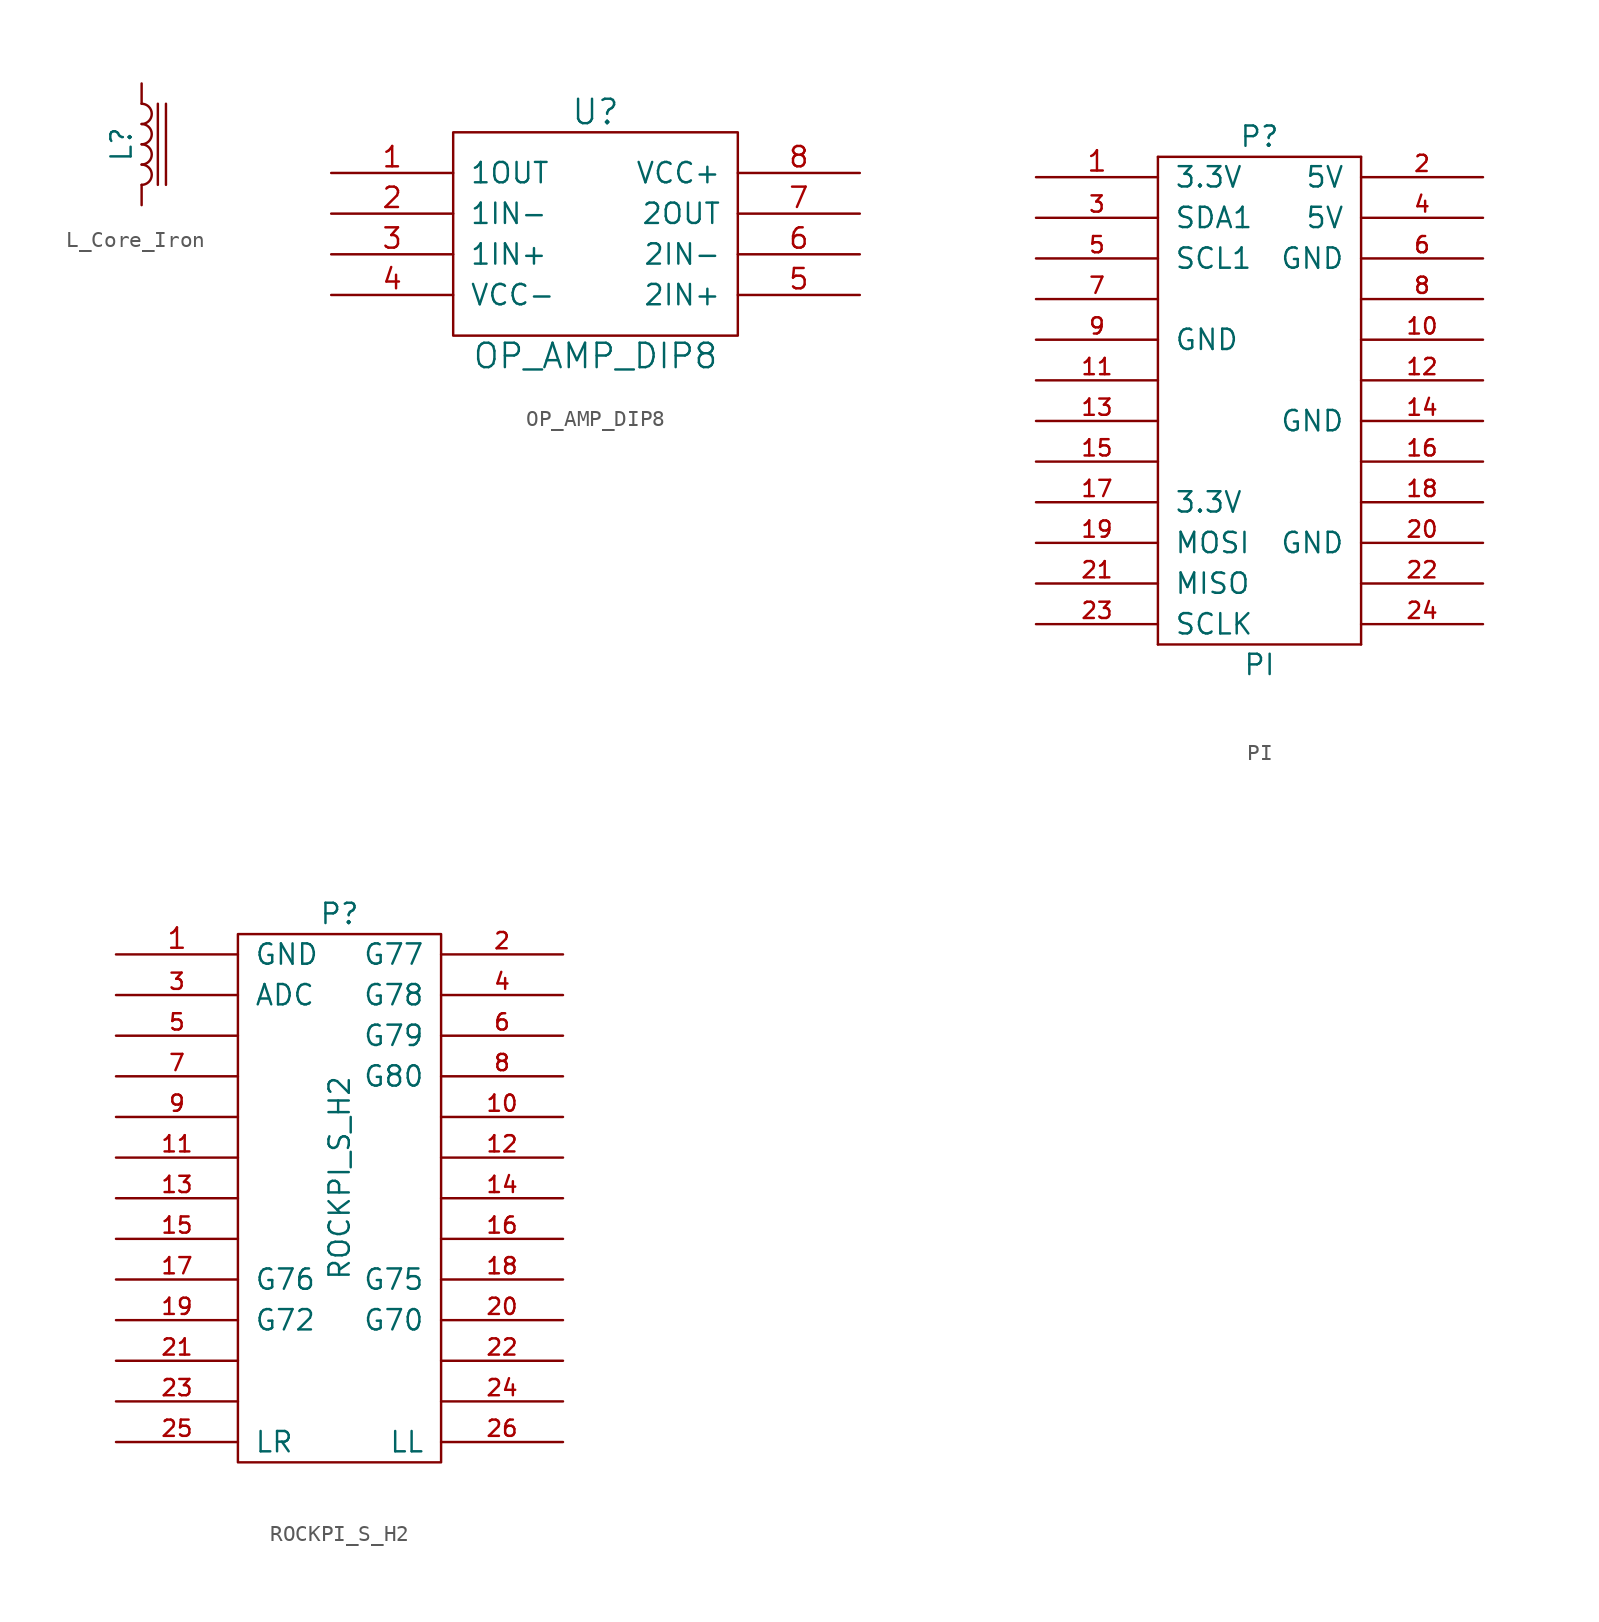
<source format=kicad_sym>
(kicad_symbol_lib
  (version 20211014)
  (generator kicad_symbol_editor)
  (symbol "L_Core_Iron"
    (pin_numbers hide)
    (pin_names
      (offset 1.016) hide)
    (property "Reference" "L"
      (at -1.27 0 90)
      (effects (font (size 1.27 1.27))))
    (symbol "L_Core_Iron_0_1"
      (arc (start 0 -2.54) (mid 0.635 -1.905) (end 0 -1.27) (stroke (width 0) (type default) (color 0 0 0 0)) (fill (type none)))
      (arc (start 0 -1.27) (mid 0.635 -0.635) (end 0 0) (stroke (width 0) (type default) (color 0 0 0 0)) (fill (type none)))
      (polyline (pts (xy 1.016 2.54) (xy 1.016 -2.54)) (stroke (width 0) (type default) (color 0 0 0 0)) (fill (type none)))
      (polyline (pts (xy 1.524 -2.54) (xy 1.524 2.54)) (stroke (width 0) (type default) (color 0 0 0 0)) (fill (type none)))
      (arc (start 0 0) (mid 0.635 0.635) (end 0 1.27) (stroke (width 0) (type default) (color 0 0 0 0)) (fill (type none)))
      (arc (start 0 1.27) (mid 0.635 1.905) (end 0 2.54) (stroke (width 0) (type default) (color 0 0 0 0)) (fill (type none))))
    (symbol "L_Core_Iron_1_1"
      (pin passive line (at 0 3.81 270) (length 1.27) (name "1" (effects (font (size 1.27 1.27)))) (number "1" (effects (font (size 1.27 1.27)))))
      (pin passive line (at 0 -3.81 90) (length 1.27) (name "2" (effects (font (size 1.27 1.27)))) (number "2" (effects (font (size 1.27 1.27)))))))
  (symbol "OP_AMP_DIP8"
    (pin_names
      (offset 1.016))
    (property "Reference" "U"
      (at 0 7.62 0)
      (effects (font (size 1.524 1.524))))
    (property "Value" "OP_AMP_DIP8"
      (at 0 -7.62 0)
      (effects (font (size 1.524 1.524))))
    (property "Footprint" ""
      (at 0 0 0)
      (effects (font (size 1.524 1.524))))
    (property "Datasheet" ""
      (at 0 0 0)
      (effects (font (size 1.524 1.524))))
    (symbol "OP_AMP_DIP8_0_1"
      (rectangle (start -8.89 6.35) (end 8.89 -6.35) (stroke (width 0) (type default) (color 0 0 0 0)) (fill (type none))))
    (symbol "OP_AMP_DIP8_1_1"
      (pin input line (at -16.51 3.81 0) (length 7.62) (name "1OUT" (effects (font (size 1.27 1.27)))) (number "1" (effects (font (size 1.27 1.27)))))
      (pin bidirectional line (at -16.51 1.27 0) (length 7.62) (name "1IN-" (effects (font (size 1.27 1.27)))) (number "2" (effects (font (size 1.27 1.27)))))
      (pin bidirectional line (at -16.51 -1.27 0) (length 7.62) (name "1IN+" (effects (font (size 1.27 1.27)))) (number "3" (effects (font (size 1.27 1.27)))))
      (pin input line (at -16.51 -3.81 0) (length 7.62) (name "VCC-" (effects (font (size 1.27 1.27)))) (number "4" (effects (font (size 1.27 1.27)))))
      (pin bidirectional line (at 16.51 -3.81 180) (length 7.62) (name "2IN+" (effects (font (size 1.27 1.27)))) (number "5" (effects (font (size 1.27 1.27)))))
      (pin bidirectional line (at 16.51 -1.27 180) (length 7.62) (name "2IN-" (effects (font (size 1.27 1.27)))) (number "6" (effects (font (size 1.27 1.27)))))
      (pin bidirectional line (at 16.51 1.27 180) (length 7.62) (name "2OUT" (effects (font (size 1.27 1.27)))) (number "7" (effects (font (size 1.27 1.27)))))
      (pin input line (at 16.51 3.81 180) (length 7.62) (name "VCC+" (effects (font (size 1.27 1.27)))) (number "8" (effects (font (size 1.27 1.27)))))))
  (symbol "PI"
    (pin_names
      (offset 1.016))
    (property "Reference" "P"
      (at 0 17.78 0)
      (effects (font (size 1.27 1.27))))
    (property "Value" "PI"
      (at 0 -15.24 0)
      (effects (font (size 1.27 1.27))))
    (symbol "PI_0_1"
      (rectangle (start -6.35 -13.97) (end -6.35 16.51) (stroke (width 0) (type default) (color 0 0 0 0)) (fill (type none)))
      (rectangle (start -6.35 16.51) (end 6.35 16.51) (stroke (width 0) (type default) (color 0 0 0 0)) (fill (type none)))
      (rectangle (start 6.35 -13.97) (end -6.35 -13.97) (stroke (width 0) (type default) (color 0 0 0 0)) (fill (type none)))
      (rectangle (start 6.35 16.51) (end 6.35 -13.97) (stroke (width 0) (type default) (color 0 0 0 0)) (fill (type none))))
    (symbol "PI_1_1"
      (pin passive line (at -13.97 15.24 0) (length 7.62) (name "3.3V" (effects (font (size 1.27 1.27)))) (number "1" (effects (font (size 1.27 1.27)))))
      (pin passive line (at 13.97 5.08 180) (length 7.62) (name "~" (effects (font (size 1.27 1.27)))) (number "10" (effects (font (size 1.016 1.016)))))
      (pin passive line (at -13.97 2.54 0) (length 7.62) (name "~" (effects (font (size 1.27 1.27)))) (number "11" (effects (font (size 1.016 1.016)))))
      (pin passive line (at 13.97 2.54 180) (length 7.62) (name "~" (effects (font (size 1.27 1.27)))) (number "12" (effects (font (size 1.016 1.016)))))
      (pin passive line (at -13.97 0 0) (length 7.62) (name "~" (effects (font (size 1.27 1.27)))) (number "13" (effects (font (size 1.016 1.016)))))
      (pin passive line (at 13.97 0 180) (length 7.62) (name "GND" (effects (font (size 1.27 1.27)))) (number "14" (effects (font (size 1.016 1.016)))))
      (pin passive line (at -13.97 -2.54 0) (length 7.62) (name "~" (effects (font (size 1.27 1.27)))) (number "15" (effects (font (size 1.016 1.016)))))
      (pin passive line (at 13.97 -2.54 180) (length 7.62) (name "~" (effects (font (size 1.27 1.27)))) (number "16" (effects (font (size 1.016 1.016)))))
      (pin passive line (at -13.97 -5.08 0) (length 7.62) (name "3.3V" (effects (font (size 1.27 1.27)))) (number "17" (effects (font (size 1.016 1.016)))))
      (pin passive line (at 13.97 -5.08 180) (length 7.62) (name "~" (effects (font (size 1.27 1.27)))) (number "18" (effects (font (size 1.016 1.016)))))
      (pin passive line (at -13.97 -7.62 0) (length 7.62) (name "MOSI" (effects (font (size 1.27 1.27)))) (number "19" (effects (font (size 1.016 1.016)))))
      (pin passive line (at 13.97 15.24 180) (length 7.62) (name "5V" (effects (font (size 1.27 1.27)))) (number "2" (effects (font (size 1.016 1.016)))))
      (pin passive line (at 13.97 -7.62 180) (length 7.62) (name "GND" (effects (font (size 1.27 1.27)))) (number "20" (effects (font (size 1.016 1.016)))))
      (pin passive line (at -13.97 -10.16 0) (length 7.62) (name "MISO" (effects (font (size 1.27 1.27)))) (number "21" (effects (font (size 1.016 1.016)))))
      (pin passive line (at 13.97 -10.16 180) (length 7.62) (name "~" (effects (font (size 1.27 1.27)))) (number "22" (effects (font (size 1.016 1.016)))))
      (pin passive line (at -13.97 -12.7 0) (length 7.62) (name "SCLK" (effects (font (size 1.27 1.27)))) (number "23" (effects (font (size 1.016 1.016)))))
      (pin passive line (at 13.97 -12.7 180) (length 7.62) (name "~" (effects (font (size 1.27 1.27)))) (number "24" (effects (font (size 1.016 1.016)))))
      (pin passive line (at -13.97 12.7 0) (length 7.62) (name "SDA1" (effects (font (size 1.27 1.27)))) (number "3" (effects (font (size 1.016 1.016)))))
      (pin passive line (at 13.97 12.7 180) (length 7.62) (name "5V" (effects (font (size 1.27 1.27)))) (number "4" (effects (font (size 1.016 1.016)))))
      (pin passive line (at -13.97 10.16 0) (length 7.62) (name "SCL1" (effects (font (size 1.27 1.27)))) (number "5" (effects (font (size 1.016 1.016)))))
      (pin passive line (at 13.97 10.16 180) (length 7.62) (name "GND" (effects (font (size 1.27 1.27)))) (number "6" (effects (font (size 1.016 1.016)))))
      (pin passive line (at -13.97 7.62 0) (length 7.62) (name "~" (effects (font (size 1.27 1.27)))) (number "7" (effects (font (size 1.016 1.016)))))
      (pin passive line (at 13.97 7.62 180) (length 7.62) (name "~" (effects (font (size 1.27 1.27)))) (number "8" (effects (font (size 1.016 1.016)))))
      (pin passive line (at -13.97 5.08 0) (length 7.62) (name "GND" (effects (font (size 1.27 1.27)))) (number "9" (effects (font (size 1.016 1.016)))))))
  (symbol "ROCKPI_S_H2"
    (pin_names
      (offset 1.016))
    (property "Reference" "P"
      (at 0 17.78 0)
      (effects (font (size 1.27 1.27))))
    (property "Value" "ROCKPI_S_H2"
      (at 0 1.27 90)
      (effects (font (size 1.27 1.27))))
    (symbol "ROCKPI_S_H2_1_1"
      (rectangle (start -6.35 16.51) (end 6.35 -16.51) (stroke (width 0) (type default) (color 0 0 0 0)) (fill (type none)))
      (pin passive line (at -13.97 15.24 0) (length 7.62) (name "GND" (effects (font (size 1.27 1.27)))) (number "1" (effects (font (size 1.27 1.27)))))
      (pin passive line (at 13.97 5.08 180) (length 7.62) (name "~" (effects (font (size 1.27 1.27)))) (number "10" (effects (font (size 1.016 1.016)))))
      (pin passive line (at -13.97 2.54 0) (length 7.62) (name "~" (effects (font (size 1.27 1.27)))) (number "11" (effects (font (size 1.016 1.016)))))
      (pin passive line (at 13.97 2.54 180) (length 7.62) (name "~" (effects (font (size 1.27 1.27)))) (number "12" (effects (font (size 1.016 1.016)))))
      (pin passive line (at -13.97 0 0) (length 7.62) (name "~" (effects (font (size 1.27 1.27)))) (number "13" (effects (font (size 1.016 1.016)))))
      (pin passive line (at 13.97 0 180) (length 7.62) (name "~" (effects (font (size 1.27 1.27)))) (number "14" (effects (font (size 1.016 1.016)))))
      (pin passive line (at -13.97 -2.54 0) (length 7.62) (name "~" (effects (font (size 1.27 1.27)))) (number "15" (effects (font (size 1.016 1.016)))))
      (pin passive line (at 13.97 -2.54 180) (length 7.62) (name "~" (effects (font (size 1.27 1.27)))) (number "16" (effects (font (size 1.016 1.016)))))
      (pin passive line (at -13.97 -5.08 0) (length 7.62) (name "G76" (effects (font (size 1.27 1.27)))) (number "17" (effects (font (size 1.016 1.016)))))
      (pin passive line (at 13.97 -5.08 180) (length 7.62) (name "G75" (effects (font (size 1.27 1.27)))) (number "18" (effects (font (size 1.016 1.016)))))
      (pin passive line (at -13.97 -7.62 0) (length 7.62) (name "G72" (effects (font (size 1.27 1.27)))) (number "19" (effects (font (size 1.016 1.016)))))
      (pin passive line (at 13.97 15.24 180) (length 7.62) (name "G77" (effects (font (size 1.27 1.27)))) (number "2" (effects (font (size 1.016 1.016)))))
      (pin passive line (at 13.97 -7.62 180) (length 7.62) (name "G70" (effects (font (size 1.27 1.27)))) (number "20" (effects (font (size 1.016 1.016)))))
      (pin passive line (at -13.97 -10.16 0) (length 7.62) (name "~" (effects (font (size 1.27 1.27)))) (number "21" (effects (font (size 1.016 1.016)))))
      (pin passive line (at 13.97 -10.16 180) (length 7.62) (name "~" (effects (font (size 1.27 1.27)))) (number "22" (effects (font (size 1.016 1.016)))))
      (pin passive line (at -13.97 -12.7 0) (length 7.62) (name "~" (effects (font (size 1.27 1.27)))) (number "23" (effects (font (size 1.016 1.016)))))
      (pin passive line (at 13.97 -12.7 180) (length 7.62) (name "~" (effects (font (size 1.27 1.27)))) (number "24" (effects (font (size 1.016 1.016)))))
      (pin passive line (at -13.97 -15.24 0) (length 7.62) (name "LR" (effects (font (size 1.27 1.27)))) (number "25" (effects (font (size 1.016 1.016)))))
      (pin passive line (at 13.97 -15.24 180) (length 7.62) (name "LL" (effects (font (size 1.27 1.27)))) (number "26" (effects (font (size 1.016 1.016)))))
      (pin passive line (at -13.97 12.7 0) (length 7.62) (name "ADC" (effects (font (size 1.27 1.27)))) (number "3" (effects (font (size 1.016 1.016)))))
      (pin passive line (at 13.97 12.7 180) (length 7.62) (name "G78" (effects (font (size 1.27 1.27)))) (number "4" (effects (font (size 1.016 1.016)))))
      (pin passive line (at -13.97 10.16 0) (length 7.62) (name "~" (effects (font (size 1.27 1.27)))) (number "5" (effects (font (size 1.016 1.016)))))
      (pin passive line (at 13.97 10.16 180) (length 7.62) (name "G79" (effects (font (size 1.27 1.27)))) (number "6" (effects (font (size 1.016 1.016)))))
      (pin passive line (at -13.97 7.62 0) (length 7.62) (name "~" (effects (font (size 1.27 1.27)))) (number "7" (effects (font (size 1.016 1.016)))))
      (pin passive line (at 13.97 7.62 180) (length 7.62) (name "G80" (effects (font (size 1.27 1.27)))) (number "8" (effects (font (size 1.016 1.016)))))
      (pin passive line (at -13.97 5.08 0) (length 7.62) (name "~" (effects (font (size 1.27 1.27)))) (number "9" (effects (font (size 1.016 1.016))))))))
</source>
